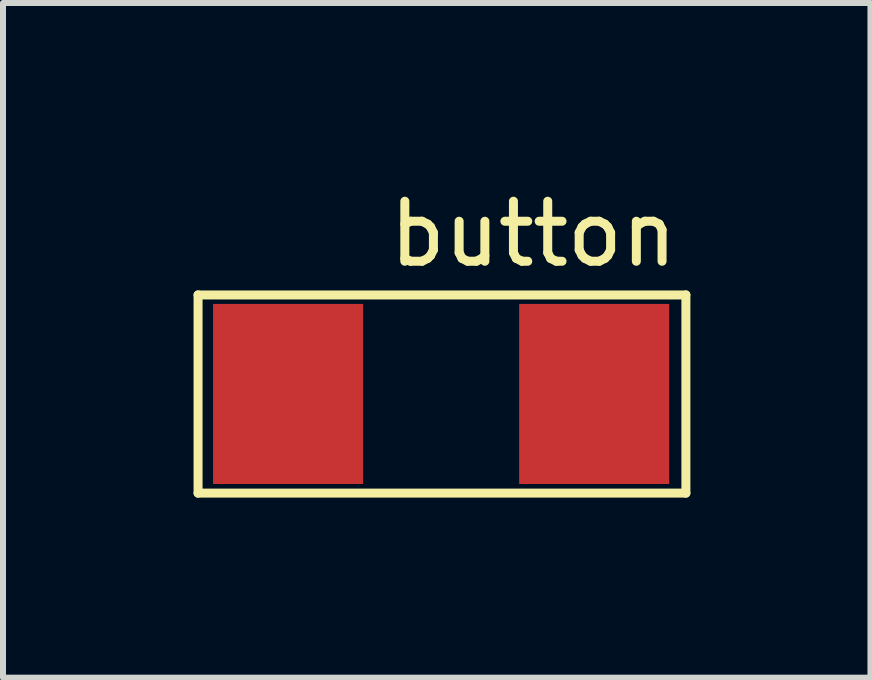
<source format=kicad_pcb>
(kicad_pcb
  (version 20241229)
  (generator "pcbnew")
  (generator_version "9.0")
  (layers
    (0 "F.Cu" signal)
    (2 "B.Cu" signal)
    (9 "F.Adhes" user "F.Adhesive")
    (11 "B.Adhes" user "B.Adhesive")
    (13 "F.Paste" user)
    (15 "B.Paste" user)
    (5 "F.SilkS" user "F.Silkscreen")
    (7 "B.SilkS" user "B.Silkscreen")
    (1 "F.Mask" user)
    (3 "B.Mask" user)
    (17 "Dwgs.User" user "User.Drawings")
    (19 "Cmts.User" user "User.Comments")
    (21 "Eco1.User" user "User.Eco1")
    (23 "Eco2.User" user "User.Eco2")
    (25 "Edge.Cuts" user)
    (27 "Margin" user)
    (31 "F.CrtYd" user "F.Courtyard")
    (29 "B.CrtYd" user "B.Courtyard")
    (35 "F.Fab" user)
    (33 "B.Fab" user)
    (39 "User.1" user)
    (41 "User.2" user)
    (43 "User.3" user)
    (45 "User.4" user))
  (footprint "button"
    (layer "F.Cu")
    (at 0.25 1.864)
    (property "Reference" "button" (at 5.588 -1.016 0) (layer "F.SilkS") (effects (font (size 1 1) (thickness 0.15))))
    (attr through_hole)
    (fp_line (start 0 0) (end 8.128 0) (stroke (width 0.15) (type solid)) (layer "F.SilkS"))
    (fp_line (start 0 3.302) (end 0 0) (stroke (width 0.15) (type solid)) (layer "F.SilkS"))
    (fp_line (start 8.128 0) (end 8.128 3.302) (stroke (width 0.15) (type solid)) (layer "F.SilkS"))
    (fp_line (start 8.128 3.302) (end 0 3.302) (stroke (width 0.15) (type solid)) (layer "F.SilkS"))
    (pad "1" smd rect (at 1.5 1.65) (size 2.5 3) (layers "F.Cu" "F.Mask" "F.Paste"))
    (pad "2" smd rect (at 6.6 1.65) (size 2.5 3) (layers "F.Cu" "F.Mask" "F.Paste")))
  (gr_rect
    (start -3 -3)
    (end 11.453 8.241)
    (stroke (width 0.1) (type default))
    (fill no)
    (layer "Edge.Cuts")))
</source>
